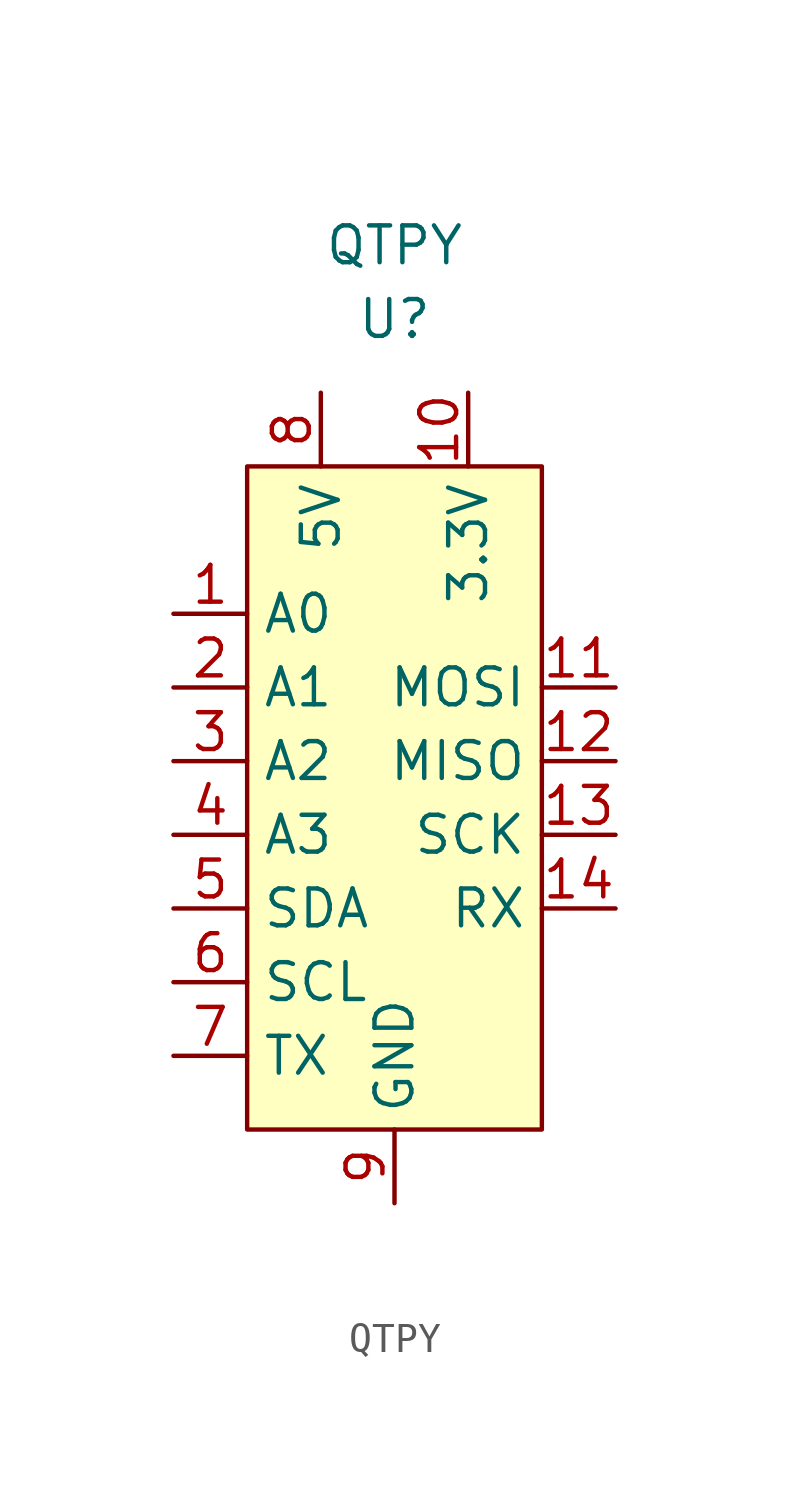
<source format=kicad_sym>
(kicad_symbol_lib
  (version 20220914)
  (generator kicad_symbol_editor)
  (symbol "QTPY"
    (property "Reference" "U"
      (at 0 17.78 0)
      (effects (font (size 1.27 1.27))))
    (property "Value" "QTPY"
      (at 0 20.32 0)
      (effects (font (size 1.27 1.27))))
    (symbol "QTPY_1_1"
      (rectangle (start -5.08 12.7) (end 5.08 -10.16) (stroke (width 0.152) (type default)) (fill (type background)))
      (pin input line (at -7.62 7.62 0) (length 2.54) (name "A0" (effects (font (size 1.27 1.27)))) (number "1" (effects (font (size 1.27 1.27)))))
      (pin input line (at 2.54 15.24 270) (length 2.54) (name "3.3V" (effects (font (size 1.27 1.27)))) (number "10" (effects (font (size 1.27 1.27)))))
      (pin input line (at 7.62 5.08 180) (length 2.54) (name "MOSI" (effects (font (size 1.27 1.27)))) (number "11" (effects (font (size 1.27 1.27)))))
      (pin input line (at 7.62 2.54 180) (length 2.54) (name "MISO" (effects (font (size 1.27 1.27)))) (number "12" (effects (font (size 1.27 1.27)))))
      (pin input line (at 7.62 0 180) (length 2.54) (name "SCK" (effects (font (size 1.27 1.27)))) (number "13" (effects (font (size 1.27 1.27)))))
      (pin input line (at 7.62 -2.54 180) (length 2.54) (name "RX" (effects (font (size 1.27 1.27)))) (number "14" (effects (font (size 1.27 1.27)))))
      (pin input line (at -7.62 5.08 0) (length 2.54) (name "A1" (effects (font (size 1.27 1.27)))) (number "2" (effects (font (size 1.27 1.27)))))
      (pin input line (at -7.62 2.54 0) (length 2.54) (name "A2" (effects (font (size 1.27 1.27)))) (number "3" (effects (font (size 1.27 1.27)))))
      (pin input line (at -7.62 0 0) (length 2.54) (name "A3" (effects (font (size 1.27 1.27)))) (number "4" (effects (font (size 1.27 1.27)))))
      (pin input line (at -7.62 -2.54 0) (length 2.54) (name "SDA" (effects (font (size 1.27 1.27)))) (number "5" (effects (font (size 1.27 1.27)))))
      (pin input line (at -7.62 -5.08 0) (length 2.54) (name "SCL" (effects (font (size 1.27 1.27)))) (number "6" (effects (font (size 1.27 1.27)))))
      (pin input line (at -7.62 -7.62 0) (length 2.54) (name "TX" (effects (font (size 1.27 1.27)))) (number "7" (effects (font (size 1.27 1.27)))))
      (pin input line (at -2.54 15.24 270) (length 2.54) (name "5V" (effects (font (size 1.27 1.27)))) (number "8" (effects (font (size 1.27 1.27)))))
      (pin input line (at 0 -12.7 90) (length 2.54) (name "GND" (effects (font (size 1.27 1.27)))) (number "9" (effects (font (size 1.27 1.27))))))))
</source>
